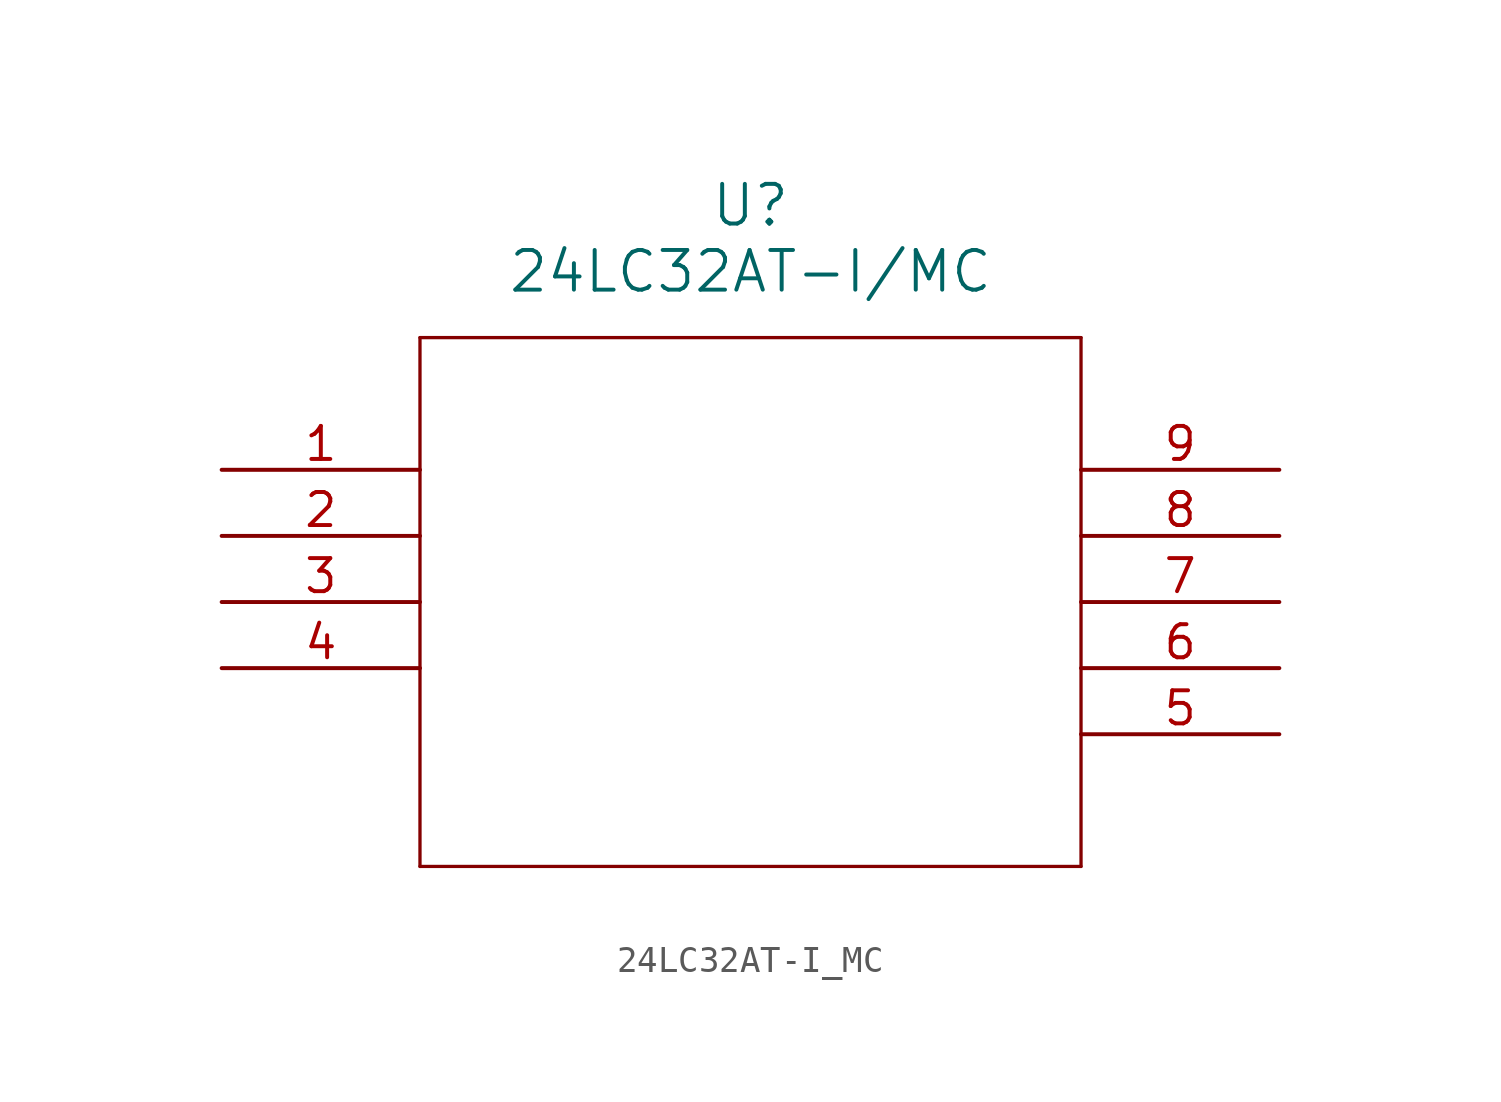
<source format=kicad_sym>
(kicad_symbol_lib
  (version 20211014)
  (generator kicad_symbol_editor)
  (symbol "24LC32AT-I_MC"
    (pin_names
      (offset 0.254))
    (property "Reference" "U"
      (at 20.32 10.16 0)
      (effects (font (size 1.524 1.524))))
    (property "Value" "24LC32AT-I/MC"
      (at 20.32 7.62 0)
      (effects (font (size 1.524 1.524))))
    (symbol "24LC32AT-I_MC_0_1"
      (polyline (pts (xy 7.62 5.08) (xy 7.62 -15.24)) (stroke (width 0.127) (type default) (color 0 0 0 0)) (fill (type none)))
      (polyline (pts (xy 7.62 -15.24) (xy 33.02 -15.24)) (stroke (width 0.127) (type default) (color 0 0 0 0)) (fill (type none)))
      (polyline (pts (xy 33.02 -15.24) (xy 33.02 5.08)) (stroke (width 0.127) (type default) (color 0 0 0 0)) (fill (type none)))
      (polyline (pts (xy 33.02 5.08) (xy 7.62 5.08)) (stroke (width 0.127) (type default) (color 0 0 0 0)) (fill (type none)))
      (pin unspecified line (at 0 0 0) (length 7.62) (name "" (effects (font (size 1.27 1.27)))) (number "1" (effects (font (size 1.27 1.27)))))
      (pin unspecified line (at 0 -2.54 0) (length 7.62) (name "" (effects (font (size 1.27 1.27)))) (number "2" (effects (font (size 1.27 1.27)))))
      (pin unspecified line (at 0 -5.08 0) (length 7.62) (name "" (effects (font (size 1.27 1.27)))) (number "3" (effects (font (size 1.27 1.27)))))
      (pin unspecified line (at 0 -7.62 0) (length 7.62) (name "" (effects (font (size 1.27 1.27)))) (number "4" (effects (font (size 1.27 1.27)))))
      (pin unspecified line (at 40.64 -10.16 180) (length 7.62) (name "" (effects (font (size 1.27 1.27)))) (number "5" (effects (font (size 1.27 1.27)))))
      (pin unspecified line (at 40.64 -7.62 180) (length 7.62) (name "" (effects (font (size 1.27 1.27)))) (number "6" (effects (font (size 1.27 1.27)))))
      (pin unspecified line (at 40.64 -5.08 180) (length 7.62) (name "" (effects (font (size 1.27 1.27)))) (number "7" (effects (font (size 1.27 1.27)))))
      (pin unspecified line (at 40.64 -2.54 180) (length 7.62) (name "" (effects (font (size 1.27 1.27)))) (number "8" (effects (font (size 1.27 1.27)))))
      (pin unspecified line (at 40.64 0 180) (length 7.62) (name "" (effects (font (size 1.27 1.27)))) (number "9" (effects (font (size 1.27 1.27))))))))
</source>
